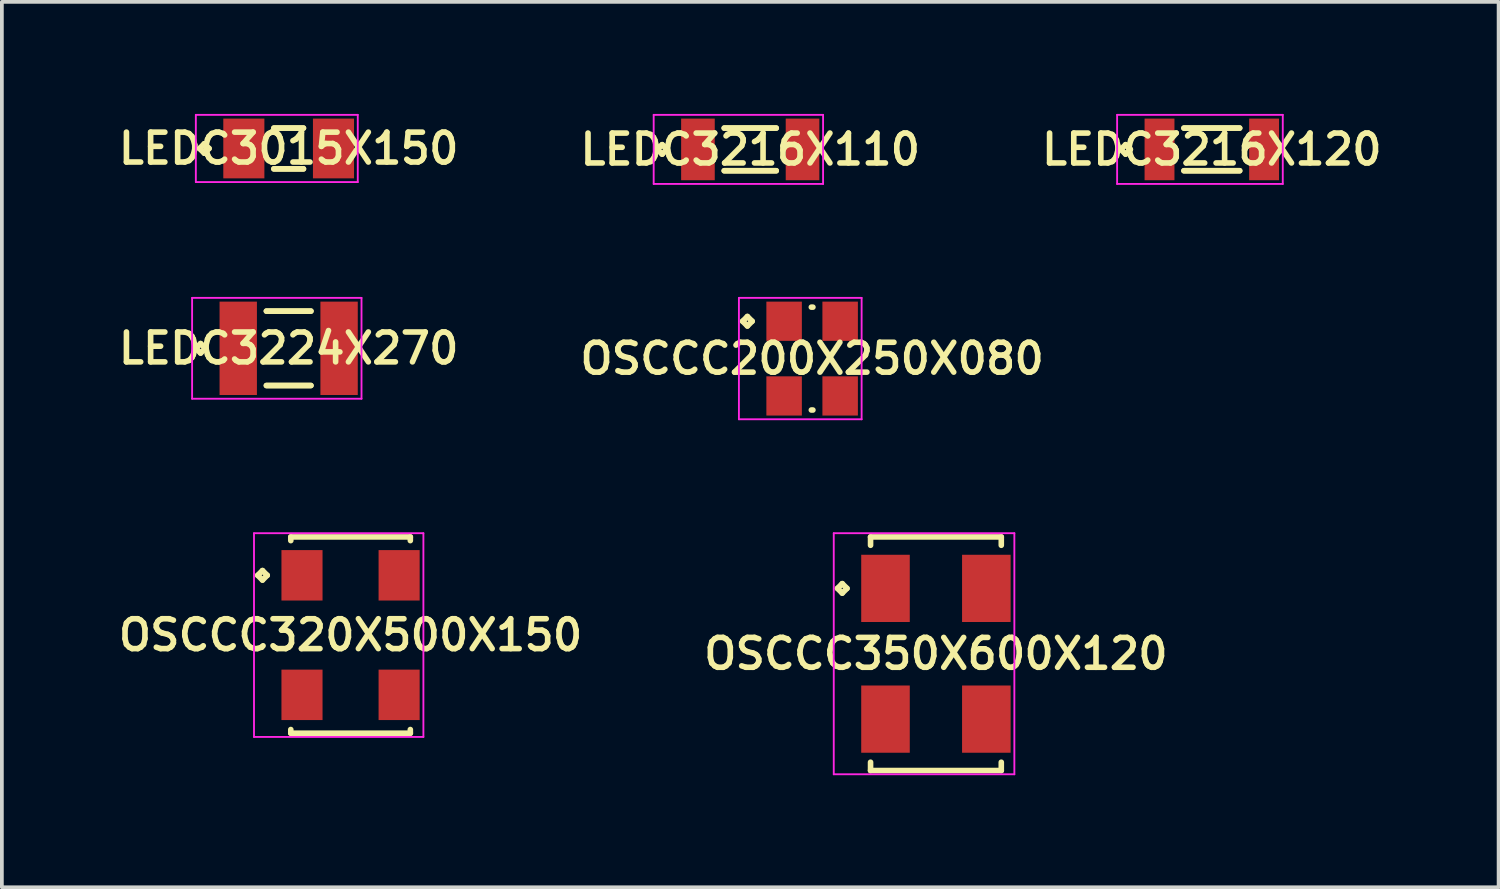
<source format=kicad_pcb>
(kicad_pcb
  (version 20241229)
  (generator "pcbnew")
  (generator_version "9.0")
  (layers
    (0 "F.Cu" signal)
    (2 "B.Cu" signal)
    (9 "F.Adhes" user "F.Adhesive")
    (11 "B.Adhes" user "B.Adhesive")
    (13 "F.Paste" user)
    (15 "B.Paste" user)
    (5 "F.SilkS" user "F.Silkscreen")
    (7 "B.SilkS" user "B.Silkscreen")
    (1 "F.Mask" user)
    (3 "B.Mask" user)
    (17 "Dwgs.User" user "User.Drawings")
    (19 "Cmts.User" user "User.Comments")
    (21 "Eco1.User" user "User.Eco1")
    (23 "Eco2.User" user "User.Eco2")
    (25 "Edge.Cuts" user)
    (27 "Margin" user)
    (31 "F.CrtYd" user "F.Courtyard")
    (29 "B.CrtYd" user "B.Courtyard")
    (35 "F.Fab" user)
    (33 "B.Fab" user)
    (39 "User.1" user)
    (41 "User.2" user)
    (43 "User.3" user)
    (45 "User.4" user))
  (footprint "LEDC3015X150"
    (layer "F.Cu")
    (at 4.678 0.925)
    (property "Reference" "LEDC3015X150" (at 0 0 0) (layer "F.SilkS") (effects (font (size 0.8 0.8) (thickness 0.15))))
    (attr smd)
    (fp_line (start -2.385 0) (end -2.258 -0.127) (stroke (width 0.15) (type solid)) (layer "F.SilkS"))
    (fp_line (start -2.258 -0.127) (end -2.131 0) (stroke (width 0.15) (type solid)) (layer "F.SilkS"))
    (fp_line (start -2.258 0.127) (end -2.385 0) (stroke (width 0.15) (type solid)) (layer "F.SilkS"))
    (fp_line (start -2.131 0) (end -2.258 0.127) (stroke (width 0.15) (type solid)) (layer "F.SilkS"))
    (fp_line (start -0.396 -0.546) (end 0.396 -0.546) (stroke (width 0.15) (type solid)) (layer "F.SilkS"))
    (fp_line (start -0.396 0.546) (end 0.396 0.546) (stroke (width 0.15) (type solid)) (layer "F.SilkS"))
    (fp_line (start 0.396 -0.546) (end -0.396 -0.546) (stroke (width 0.15) (type solid)) (layer "F.SilkS"))
    (fp_line (start 0.396 0.546) (end -0.396 0.546) (stroke (width 0.15) (type solid)) (layer "F.SilkS"))
    (fp_line (start -2.485 -0.9) (end 1.85 -0.9) (stroke (width 0.05) (type solid)) (layer "F.CrtYd"))
    (fp_line (start -2.485 0.9) (end -2.485 -0.9) (stroke (width 0.05) (type solid)) (layer "F.CrtYd"))
    (fp_line (start 1.85 -0.9) (end 1.85 0.9) (stroke (width 0.05) (type solid)) (layer "F.CrtYd"))
    (fp_line (start 1.85 0.9) (end -2.485 0.9) (stroke (width 0.05) (type solid)) (layer "F.CrtYd"))
    (pad "1" smd rect (at -1.2 0) (size 1.1 1.6) (layers "F.Cu" "F.Mask" "F.Paste"))
    (pad "2" smd rect (at 1.2 0) (size 1.1 1.6) (layers "F.Cu" "F.Mask" "F.Paste")))
  (footprint "OSCCC320X500X150"
    (layer "F.Cu")
    (at 6.335 13.952)
    (property "Reference" "OSCCC320X500X150" (at 0 0 0) (layer "F.SilkS") (effects (font (size 0.8 0.8) (thickness 0.15))))
    (attr smd)
    (fp_line (start -2.485 -1.6) (end -2.358 -1.727) (stroke (width 0.15) (type solid)) (layer "F.SilkS"))
    (fp_line (start -2.358 -1.727) (end -2.231 -1.6) (stroke (width 0.15) (type solid)) (layer "F.SilkS"))
    (fp_line (start -2.358 -1.473) (end -2.485 -1.6) (stroke (width 0.15) (type solid)) (layer "F.SilkS"))
    (fp_line (start -2.231 -1.6) (end -2.358 -1.473) (stroke (width 0.15) (type solid)) (layer "F.SilkS"))
    (fp_line (start -1.6 -2.627) (end 1.6 -2.627) (stroke (width 0.15) (type solid)) (layer "F.SilkS"))
    (fp_line (start -1.6 -2.529) (end -1.6 -2.627) (stroke (width 0.15) (type solid)) (layer "F.SilkS"))
    (fp_line (start -1.6 2.529) (end -1.6 2.627) (stroke (width 0.15) (type solid)) (layer "F.SilkS"))
    (fp_line (start -1.6 2.627) (end 1.6 2.627) (stroke (width 0.15) (type solid)) (layer "F.SilkS"))
    (fp_line (start 1.6 -2.627) (end 1.6 -2.529) (stroke (width 0.15) (type solid)) (layer "F.SilkS"))
    (fp_line (start 1.6 2.627) (end 1.6 2.529) (stroke (width 0.15) (type solid)) (layer "F.SilkS"))
    (fp_line (start -2.585 -2.727) (end 1.95 -2.727) (stroke (width 0.05) (type solid)) (layer "F.CrtYd"))
    (fp_line (start -2.585 2.727) (end -2.585 -2.727) (stroke (width 0.05) (type solid)) (layer "F.CrtYd"))
    (fp_line (start 1.95 -2.727) (end 1.95 2.727) (stroke (width 0.05) (type solid)) (layer "F.CrtYd"))
    (fp_line (start 1.95 2.727) (end -2.585 2.727) (stroke (width 0.05) (type solid)) (layer "F.CrtYd"))
    (pad "1" smd rect (at -1.3 -1.6) (size 1.1 1.35) (layers "F.Cu" "F.Mask" "F.Paste"))
    (pad "2" smd rect (at -1.3 1.6) (size 1.1 1.35) (layers "F.Cu" "F.Mask" "F.Paste"))
    (pad "3" smd rect (at 1.3 1.6) (size 1.1 1.35) (layers "F.Cu" "F.Mask" "F.Paste"))
    (pad "4" smd rect (at 1.3 -1.6) (size 1.1 1.35) (layers "F.Cu" "F.Mask" "F.Paste")))
  (footprint "LEDC3216X110"
    (layer "F.Cu")
    (at 17.035 0.95)
    (property "Reference" "LEDC3216X110" (at 0 0 0) (layer "F.SilkS") (effects (font (size 0.8 0.8) (thickness 0.15))))
    (attr smd)
    (fp_line (start -2.485 0) (end -2.358 -0.127) (stroke (width 0.15) (type solid)) (layer "F.SilkS"))
    (fp_line (start -2.358 -0.127) (end -2.231 0) (stroke (width 0.15) (type solid)) (layer "F.SilkS"))
    (fp_line (start -2.358 0.127) (end -2.485 0) (stroke (width 0.15) (type solid)) (layer "F.SilkS"))
    (fp_line (start -2.231 0) (end -2.358 0.127) (stroke (width 0.15) (type solid)) (layer "F.SilkS"))
    (fp_line (start -0.696 -0.571) (end 0.696 -0.571) (stroke (width 0.15) (type solid)) (layer "F.SilkS"))
    (fp_line (start -0.696 0.571) (end 0.696 0.571) (stroke (width 0.15) (type solid)) (layer "F.SilkS"))
    (fp_line (start 0.696 -0.571) (end -0.696 -0.571) (stroke (width 0.15) (type solid)) (layer "F.SilkS"))
    (fp_line (start 0.696 0.571) (end -0.696 0.571) (stroke (width 0.15) (type solid)) (layer "F.SilkS"))
    (fp_line (start -2.585 -0.925) (end 1.95 -0.925) (stroke (width 0.05) (type solid)) (layer "F.CrtYd"))
    (fp_line (start -2.585 0.925) (end -2.585 -0.925) (stroke (width 0.05) (type solid)) (layer "F.CrtYd"))
    (fp_line (start 1.95 -0.925) (end 1.95 0.925) (stroke (width 0.05) (type solid)) (layer "F.CrtYd"))
    (fp_line (start 1.95 0.925) (end -2.585 0.925) (stroke (width 0.05) (type solid)) (layer "F.CrtYd"))
    (pad "1" smd rect (at -1.4 0) (size 0.9 1.65) (layers "F.Cu" "F.Mask" "F.Paste"))
    (pad "2" smd rect (at 1.4 0) (size 0.9 1.65) (layers "F.Cu" "F.Mask" "F.Paste")))
  (footprint "LEDC3224X270"
    (layer "F.Cu")
    (at 4.678 6.275)
    (property "Reference" "LEDC3224X270" (at 0 0 0) (layer "F.SilkS") (effects (font (size 0.8 0.8) (thickness 0.15))))
    (attr smd)
    (fp_line (start -2.485 0) (end -2.358 -0.127) (stroke (width 0.15) (type solid)) (layer "F.SilkS"))
    (fp_line (start -2.358 -0.127) (end -2.231 0) (stroke (width 0.15) (type solid)) (layer "F.SilkS"))
    (fp_line (start -2.358 0.127) (end -2.485 0) (stroke (width 0.15) (type solid)) (layer "F.SilkS"))
    (fp_line (start -2.231 0) (end -2.358 0.127) (stroke (width 0.15) (type solid)) (layer "F.SilkS"))
    (fp_line (start -0.596 -0.996) (end 0.596 -0.996) (stroke (width 0.15) (type solid)) (layer "F.SilkS"))
    (fp_line (start -0.596 0.996) (end 0.596 0.996) (stroke (width 0.15) (type solid)) (layer "F.SilkS"))
    (fp_line (start 0.596 -0.996) (end -0.596 -0.996) (stroke (width 0.15) (type solid)) (layer "F.SilkS"))
    (fp_line (start 0.596 0.996) (end -0.596 0.996) (stroke (width 0.15) (type solid)) (layer "F.SilkS"))
    (fp_line (start -2.585 -1.35) (end 1.95 -1.35) (stroke (width 0.05) (type solid)) (layer "F.CrtYd"))
    (fp_line (start -2.585 1.35) (end -2.585 -1.35) (stroke (width 0.05) (type solid)) (layer "F.CrtYd"))
    (fp_line (start 1.95 -1.35) (end 1.95 1.35) (stroke (width 0.05) (type solid)) (layer "F.CrtYd"))
    (fp_line (start 1.95 1.35) (end -2.585 1.35) (stroke (width 0.05) (type solid)) (layer "F.CrtYd"))
    (pad "1" smd rect (at -1.35 0) (size 1 2.5) (layers "F.Cu" "F.Mask" "F.Paste"))
    (pad "2" smd rect (at 1.35 0) (size 1 2.5) (layers "F.Cu" "F.Mask" "F.Paste")))
  (footprint "OSCCC350X600X120"
    (layer "F.Cu")
    (at 22.006 14.452)
    (property "Reference" "OSCCC350X600X120" (at 0 0 0) (layer "F.SilkS") (effects (font (size 0.8 0.8) (thickness 0.15))))
    (attr smd)
    (fp_line (start -2.635 -1.75) (end -2.508 -1.877) (stroke (width 0.15) (type solid)) (layer "F.SilkS"))
    (fp_line (start -2.508 -1.877) (end -2.381 -1.75) (stroke (width 0.15) (type solid)) (layer "F.SilkS"))
    (fp_line (start -2.508 -1.623) (end -2.635 -1.75) (stroke (width 0.15) (type solid)) (layer "F.SilkS"))
    (fp_line (start -2.381 -1.75) (end -2.508 -1.623) (stroke (width 0.15) (type solid)) (layer "F.SilkS"))
    (fp_line (start -1.75 -3.127) (end 1.75 -3.127) (stroke (width 0.15) (type solid)) (layer "F.SilkS"))
    (fp_line (start -1.75 -2.904) (end -1.75 -3.127) (stroke (width 0.15) (type solid)) (layer "F.SilkS"))
    (fp_line (start -1.75 2.904) (end -1.75 3.127) (stroke (width 0.15) (type solid)) (layer "F.SilkS"))
    (fp_line (start -1.75 3.127) (end 1.75 3.127) (stroke (width 0.15) (type solid)) (layer "F.SilkS"))
    (fp_line (start 1.75 -3.127) (end 1.75 -2.904) (stroke (width 0.15) (type solid)) (layer "F.SilkS"))
    (fp_line (start 1.75 3.127) (end 1.75 2.904) (stroke (width 0.15) (type solid)) (layer "F.SilkS"))
    (fp_line (start -2.735 -3.227) (end 2.1 -3.227) (stroke (width 0.05) (type solid)) (layer "F.CrtYd"))
    (fp_line (start -2.735 3.227) (end -2.735 -3.227) (stroke (width 0.05) (type solid)) (layer "F.CrtYd"))
    (fp_line (start 2.1 -3.227) (end 2.1 3.227) (stroke (width 0.05) (type solid)) (layer "F.CrtYd"))
    (fp_line (start 2.1 3.227) (end -2.735 3.227) (stroke (width 0.05) (type solid)) (layer "F.CrtYd"))
    (pad "1" smd rect (at -1.35 -1.75) (size 1.3 1.8) (layers "F.Cu" "F.Mask" "F.Paste"))
    (pad "2" smd rect (at -1.35 1.75) (size 1.3 1.8) (layers "F.Cu" "F.Mask" "F.Paste"))
    (pad "3" smd rect (at 1.35 1.75) (size 1.3 1.8) (layers "F.Cu" "F.Mask" "F.Paste"))
    (pad "4" smd rect (at 1.35 -1.75) (size 1.3 1.8) (layers "F.Cu" "F.Mask" "F.Paste")))
  (footprint "OSCCC200X250X080"
    (layer "F.Cu")
    (at 18.692 6.55)
    (property "Reference" "OSCCC200X250X080" (at 0 0 0) (layer "F.SilkS") (effects (font (size 0.8 0.8) (thickness 0.15))))
    (attr smd)
    (fp_line (start -1.86 -1) (end -1.733 -1.127) (stroke (width 0.15) (type solid)) (layer "F.SilkS"))
    (fp_line (start -1.733 -1.127) (end -1.606 -1) (stroke (width 0.15) (type solid)) (layer "F.SilkS"))
    (fp_line (start -1.733 -0.873) (end -1.86 -1) (stroke (width 0.15) (type solid)) (layer "F.SilkS"))
    (fp_line (start -1.606 -1) (end -1.733 -0.873) (stroke (width 0.15) (type solid)) (layer "F.SilkS"))
    (fp_line (start -0.021 -1.377) (end 0.021 -1.377) (stroke (width 0.15) (type solid)) (layer "F.SilkS"))
    (fp_line (start -0.021 1.377) (end 0.021 1.377) (stroke (width 0.15) (type solid)) (layer "F.SilkS"))
    (fp_line (start -1.96 -1.625) (end 1.325 -1.625) (stroke (width 0.05) (type solid)) (layer "F.CrtYd"))
    (fp_line (start -1.96 1.625) (end -1.96 -1.625) (stroke (width 0.05) (type solid)) (layer "F.CrtYd"))
    (fp_line (start 1.325 -1.625) (end 1.325 1.625) (stroke (width 0.05) (type solid)) (layer "F.CrtYd"))
    (fp_line (start 1.325 1.625) (end -1.96 1.625) (stroke (width 0.05) (type solid)) (layer "F.CrtYd"))
    (pad "1" smd rect (at -0.75 -1) (size 0.95 1.05) (layers "F.Cu" "F.Mask" "F.Paste"))
    (pad "2" smd rect (at -0.75 1) (size 0.95 1.05) (layers "F.Cu" "F.Mask" "F.Paste"))
    (pad "3" smd rect (at 0.75 1) (size 0.95 1.05) (layers "F.Cu" "F.Mask" "F.Paste"))
    (pad "4" smd rect (at 0.75 -1) (size 0.95 1.05) (layers "F.Cu" "F.Mask" "F.Paste")))
  (footprint "LEDC3216X120"
    (layer "F.Cu")
    (at 29.392 0.95)
    (property "Reference" "LEDC3216X120" (at 0 0 0) (layer "F.SilkS") (effects (font (size 0.8 0.8) (thickness 0.15))))
    (attr smd)
    (fp_line (start -2.435 0) (end -2.308 -0.127) (stroke (width 0.15) (type solid)) (layer "F.SilkS"))
    (fp_line (start -2.308 -0.127) (end -2.181 0) (stroke (width 0.15) (type solid)) (layer "F.SilkS"))
    (fp_line (start -2.308 0.127) (end -2.435 0) (stroke (width 0.15) (type solid)) (layer "F.SilkS"))
    (fp_line (start -2.181 0) (end -2.308 0.127) (stroke (width 0.15) (type solid)) (layer "F.SilkS"))
    (fp_line (start -0.746 -0.571) (end 0.746 -0.571) (stroke (width 0.15) (type solid)) (layer "F.SilkS"))
    (fp_line (start -0.746 0.571) (end 0.746 0.571) (stroke (width 0.15) (type solid)) (layer "F.SilkS"))
    (fp_line (start 0.746 -0.571) (end -0.746 -0.571) (stroke (width 0.15) (type solid)) (layer "F.SilkS"))
    (fp_line (start 0.746 0.571) (end -0.746 0.571) (stroke (width 0.15) (type solid)) (layer "F.SilkS"))
    (fp_line (start -2.535 -0.925) (end 1.9 -0.925) (stroke (width 0.05) (type solid)) (layer "F.CrtYd"))
    (fp_line (start -2.535 0.925) (end -2.535 -0.925) (stroke (width 0.05) (type solid)) (layer "F.CrtYd"))
    (fp_line (start 1.9 -0.925) (end 1.9 0.925) (stroke (width 0.05) (type solid)) (layer "F.CrtYd"))
    (fp_line (start 1.9 0.925) (end -2.535 0.925) (stroke (width 0.05) (type solid)) (layer "F.CrtYd"))
    (pad "1" smd rect (at -1.4 0) (size 0.8 1.65) (layers "F.Cu" "F.Mask" "F.Paste"))
    (pad "2" smd rect (at 1.4 0) (size 0.8 1.65) (layers "F.Cu" "F.Mask" "F.Paste")))
  (gr_rect
    (start -3 -3)
    (end 37.07 20.704)
    (stroke (width 0.1) (type default))
    (fill no)
    (layer "Edge.Cuts")))
</source>
